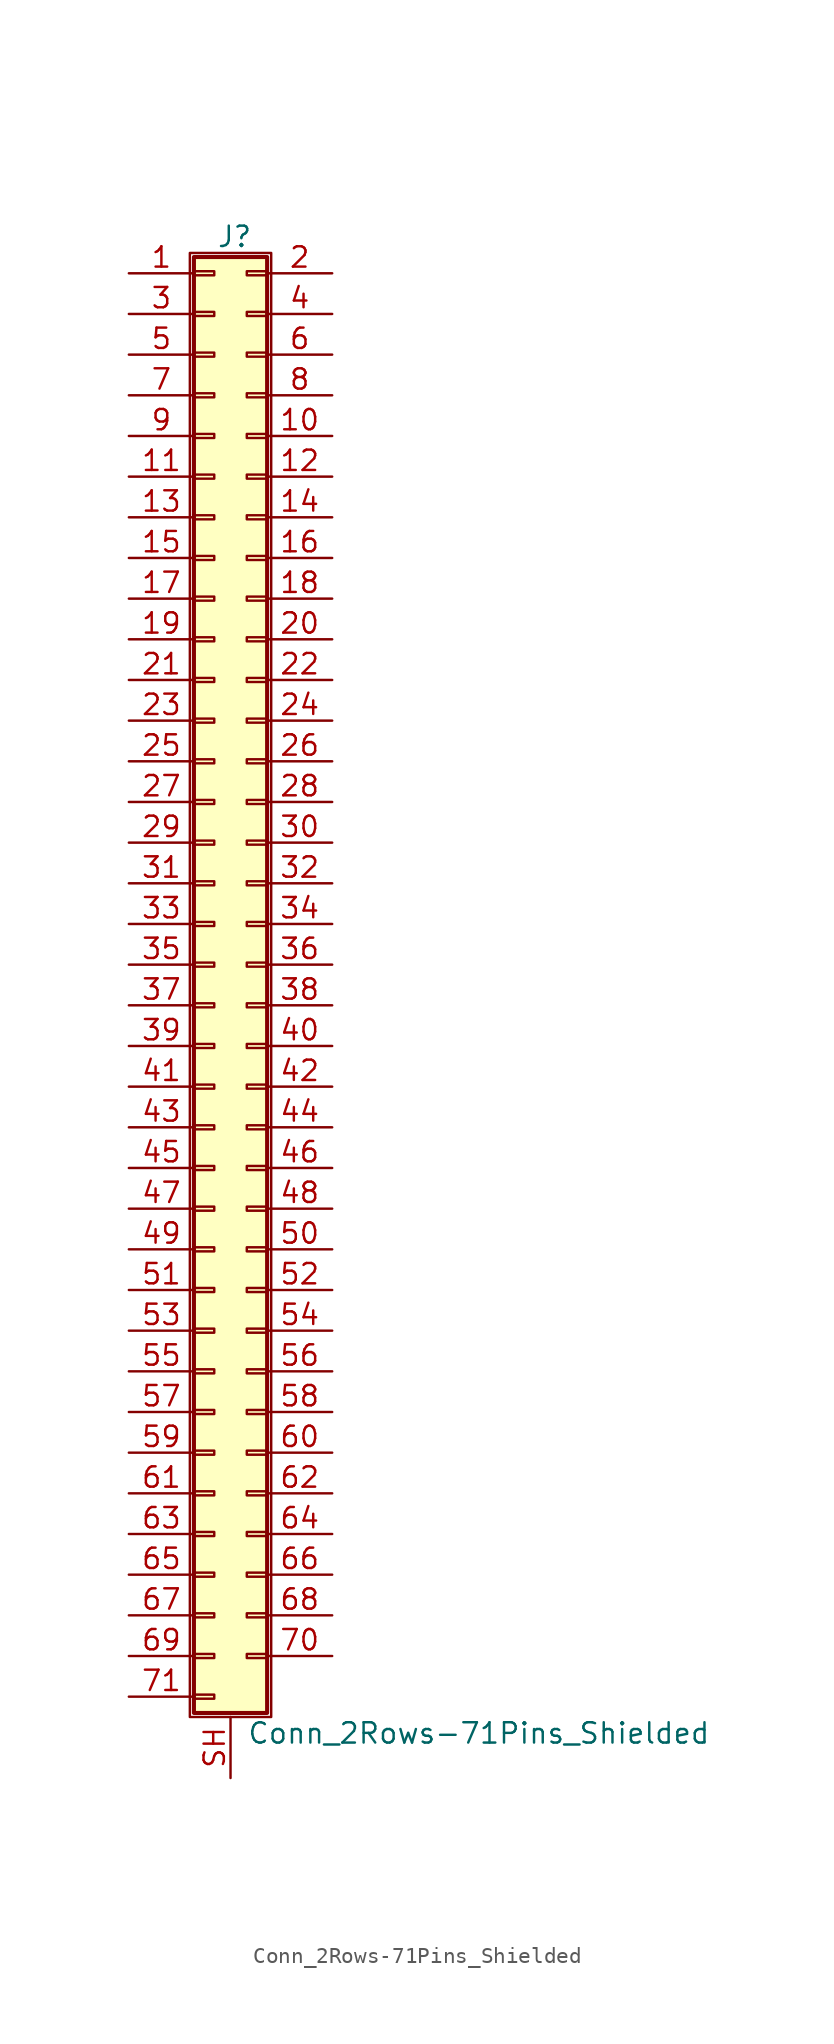
<source format=kicad_sym>
(kicad_symbol_lib
  (version 20201005)
  (generator kicad_symbol_editor)
  (symbol "Conn_2Rows-71Pins_Shielded"
    (pin_names
      (offset 1.016) hide)
    (property "Reference" "J"
      (at 1.524 45.466 0)
      (effects (font (size 1.27 1.27))))
    (property "Value" "Conn_2Rows-71Pins_Shielded"
      (at 2.286 -48.006 0)
      (effects (font (size 1.27 1.27)) (justify left)))
    (symbol "Conn_2Rows-71Pins_Shielded_1_1"
      (rectangle (start -1.27 44.45) (end 3.81 -46.99) (stroke (width 0.152)) (fill (type none)))
      (rectangle (start -1.016 -45.593) (end 0.254 -45.847) (stroke (width 0.152)) (fill (type none)))
      (rectangle (start -1.016 -43.053) (end 0.254 -43.307) (stroke (width 0.152)) (fill (type none)))
      (rectangle (start -1.016 -40.513) (end 0.254 -40.767) (stroke (width 0.152)) (fill (type none)))
      (rectangle (start -1.016 -37.973) (end 0.254 -38.227) (stroke (width 0.152)) (fill (type none)))
      (rectangle (start -1.016 -35.433) (end 0.254 -35.687) (stroke (width 0.152)) (fill (type none)))
      (rectangle (start -1.016 -32.893) (end 0.254 -33.147) (stroke (width 0.152)) (fill (type none)))
      (rectangle (start -1.016 -30.353) (end 0.254 -30.607) (stroke (width 0.152)) (fill (type none)))
      (rectangle (start -1.016 -27.813) (end 0.254 -28.067) (stroke (width 0.152)) (fill (type none)))
      (rectangle (start -1.016 -25.273) (end 0.254 -25.527) (stroke (width 0.152)) (fill (type none)))
      (rectangle (start -1.016 -22.733) (end 0.254 -22.987) (stroke (width 0.152)) (fill (type none)))
      (rectangle (start -1.016 -20.193) (end 0.254 -20.447) (stroke (width 0.152)) (fill (type none)))
      (rectangle (start -1.016 -17.653) (end 0.254 -17.907) (stroke (width 0.152)) (fill (type none)))
      (rectangle (start -1.016 -15.113) (end 0.254 -15.367) (stroke (width 0.152)) (fill (type none)))
      (rectangle (start -1.016 -12.573) (end 0.254 -12.827) (stroke (width 0.152)) (fill (type none)))
      (rectangle (start -1.016 -10.033) (end 0.254 -10.287) (stroke (width 0.152)) (fill (type none)))
      (rectangle (start -1.016 -7.493) (end 0.254 -7.747) (stroke (width 0.152)) (fill (type none)))
      (rectangle (start -1.016 -4.953) (end 0.254 -5.207) (stroke (width 0.152)) (fill (type none)))
      (rectangle (start -1.016 -2.413) (end 0.254 -2.667) (stroke (width 0.152)) (fill (type none)))
      (rectangle (start -1.016 0.127) (end 0.254 -0.127) (stroke (width 0.152)) (fill (type none)))
      (rectangle (start -1.016 2.667) (end 0.254 2.413) (stroke (width 0.152)) (fill (type none)))
      (rectangle (start -1.016 5.207) (end 0.254 4.953) (stroke (width 0.152)) (fill (type none)))
      (rectangle (start -1.016 7.747) (end 0.254 7.493) (stroke (width 0.152)) (fill (type none)))
      (rectangle (start -1.016 10.287) (end 0.254 10.033) (stroke (width 0.152)) (fill (type none)))
      (rectangle (start -1.016 12.827) (end 0.254 12.573) (stroke (width 0.152)) (fill (type none)))
      (rectangle (start -1.016 15.367) (end 0.254 15.113) (stroke (width 0.152)) (fill (type none)))
      (rectangle (start -1.016 17.907) (end 0.254 17.653) (stroke (width 0.152)) (fill (type none)))
      (rectangle (start -1.016 20.447) (end 0.254 20.193) (stroke (width 0.152)) (fill (type none)))
      (rectangle (start -1.016 22.987) (end 0.254 22.733) (stroke (width 0.152)) (fill (type none)))
      (rectangle (start -1.016 25.527) (end 0.254 25.273) (stroke (width 0.152)) (fill (type none)))
      (rectangle (start -1.016 28.067) (end 0.254 27.813) (stroke (width 0.152)) (fill (type none)))
      (rectangle (start -1.016 30.607) (end 0.254 30.353) (stroke (width 0.152)) (fill (type none)))
      (rectangle (start -1.016 33.147) (end 0.254 32.893) (stroke (width 0.152)) (fill (type none)))
      (rectangle (start -1.016 35.687) (end 0.254 35.433) (stroke (width 0.152)) (fill (type none)))
      (rectangle (start -1.016 38.227) (end 0.254 37.973) (stroke (width 0.152)) (fill (type none)))
      (rectangle (start -1.016 40.767) (end 0.254 40.513) (stroke (width 0.152)) (fill (type none)))
      (rectangle (start -1.016 43.307) (end 0.254 43.053) (stroke (width 0.152)) (fill (type none)))
      (rectangle (start 3.556 -43.053) (end 2.286 -43.307) (stroke (width 0.152)) (fill (type none)))
      (rectangle (start 3.556 -40.513) (end 2.286 -40.767) (stroke (width 0.152)) (fill (type none)))
      (rectangle (start 3.556 -37.973) (end 2.286 -38.227) (stroke (width 0.152)) (fill (type none)))
      (rectangle (start 3.556 -35.433) (end 2.286 -35.687) (stroke (width 0.152)) (fill (type none)))
      (rectangle (start 3.556 -32.893) (end 2.286 -33.147) (stroke (width 0.152)) (fill (type none)))
      (rectangle (start 3.556 -30.353) (end 2.286 -30.607) (stroke (width 0.152)) (fill (type none)))
      (rectangle (start 3.556 -27.813) (end 2.286 -28.067) (stroke (width 0.152)) (fill (type none)))
      (rectangle (start 3.556 -25.273) (end 2.286 -25.527) (stroke (width 0.152)) (fill (type none)))
      (rectangle (start 3.556 -22.733) (end 2.286 -22.987) (stroke (width 0.152)) (fill (type none)))
      (rectangle (start 3.556 -20.193) (end 2.286 -20.447) (stroke (width 0.152)) (fill (type none)))
      (rectangle (start 3.556 -17.653) (end 2.286 -17.907) (stroke (width 0.152)) (fill (type none)))
      (rectangle (start 3.556 -15.113) (end 2.286 -15.367) (stroke (width 0.152)) (fill (type none)))
      (rectangle (start 3.556 -12.573) (end 2.286 -12.827) (stroke (width 0.152)) (fill (type none)))
      (rectangle (start 3.556 -10.033) (end 2.286 -10.287) (stroke (width 0.152)) (fill (type none)))
      (rectangle (start 3.556 -7.493) (end 2.286 -7.747) (stroke (width 0.152)) (fill (type none)))
      (rectangle (start 3.556 -4.953) (end 2.286 -5.207) (stroke (width 0.152)) (fill (type none)))
      (rectangle (start 3.556 -2.413) (end 2.286 -2.667) (stroke (width 0.152)) (fill (type none)))
      (rectangle (start 3.556 0.127) (end 2.286 -0.127) (stroke (width 0.152)) (fill (type none)))
      (rectangle (start 3.556 2.667) (end 2.286 2.413) (stroke (width 0.152)) (fill (type none)))
      (rectangle (start 3.556 5.207) (end 2.286 4.953) (stroke (width 0.152)) (fill (type none)))
      (rectangle (start 3.556 7.747) (end 2.286 7.493) (stroke (width 0.152)) (fill (type none)))
      (rectangle (start 3.556 10.287) (end 2.286 10.033) (stroke (width 0.152)) (fill (type none)))
      (rectangle (start 3.556 12.827) (end 2.286 12.573) (stroke (width 0.152)) (fill (type none)))
      (rectangle (start 3.556 15.367) (end 2.286 15.113) (stroke (width 0.152)) (fill (type none)))
      (rectangle (start 3.556 17.907) (end 2.286 17.653) (stroke (width 0.152)) (fill (type none)))
      (rectangle (start 3.556 20.447) (end 2.286 20.193) (stroke (width 0.152)) (fill (type none)))
      (rectangle (start 3.556 22.987) (end 2.286 22.733) (stroke (width 0.152)) (fill (type none)))
      (rectangle (start 3.556 25.527) (end 2.286 25.273) (stroke (width 0.152)) (fill (type none)))
      (rectangle (start 3.556 28.067) (end 2.286 27.813) (stroke (width 0.152)) (fill (type none)))
      (rectangle (start 3.556 30.607) (end 2.286 30.353) (stroke (width 0.152)) (fill (type none)))
      (rectangle (start 3.556 33.147) (end 2.286 32.893) (stroke (width 0.152)) (fill (type none)))
      (rectangle (start 3.556 35.687) (end 2.286 35.433) (stroke (width 0.152)) (fill (type none)))
      (rectangle (start 3.556 38.227) (end 2.286 37.973) (stroke (width 0.152)) (fill (type none)))
      (rectangle (start 3.556 40.767) (end 2.286 40.513) (stroke (width 0.152)) (fill (type none)))
      (rectangle (start 3.556 43.307) (end 2.286 43.053) (stroke (width 0.152)) (fill (type none)))
      (rectangle (start -1.016 44.196) (end 3.556 -46.736) (stroke (width 0.254)) (fill (type background)))
      (pin passive line (at -5.08 43.18 0) (length 4.064) (name "Pin_1" (effects (font (size 1.27 1.27)))) (number "1" (effects (font (size 1.27 1.27)))))
      (pin passive line (at 7.62 33.02 180) (length 4.064) (name "Pin_10" (effects (font (size 1.27 1.27)))) (number "10" (effects (font (size 1.27 1.27)))))
      (pin passive line (at -5.08 30.48 0) (length 4.064) (name "Pin_11" (effects (font (size 1.27 1.27)))) (number "11" (effects (font (size 1.27 1.27)))))
      (pin passive line (at 7.62 30.48 180) (length 4.064) (name "Pin_12" (effects (font (size 1.27 1.27)))) (number "12" (effects (font (size 1.27 1.27)))))
      (pin passive line (at -5.08 27.94 0) (length 4.064) (name "Pin_13" (effects (font (size 1.27 1.27)))) (number "13" (effects (font (size 1.27 1.27)))))
      (pin passive line (at 7.62 27.94 180) (length 4.064) (name "Pin_14" (effects (font (size 1.27 1.27)))) (number "14" (effects (font (size 1.27 1.27)))))
      (pin passive line (at -5.08 25.4 0) (length 4.064) (name "Pin_15" (effects (font (size 1.27 1.27)))) (number "15" (effects (font (size 1.27 1.27)))))
      (pin passive line (at 7.62 25.4 180) (length 4.064) (name "Pin_16" (effects (font (size 1.27 1.27)))) (number "16" (effects (font (size 1.27 1.27)))))
      (pin passive line (at -5.08 22.86 0) (length 4.064) (name "Pin_17" (effects (font (size 1.27 1.27)))) (number "17" (effects (font (size 1.27 1.27)))))
      (pin passive line (at 7.62 22.86 180) (length 4.064) (name "Pin_18" (effects (font (size 1.27 1.27)))) (number "18" (effects (font (size 1.27 1.27)))))
      (pin passive line (at -5.08 20.32 0) (length 4.064) (name "Pin_19" (effects (font (size 1.27 1.27)))) (number "19" (effects (font (size 1.27 1.27)))))
      (pin passive line (at 7.62 43.18 180) (length 4.064) (name "Pin_2" (effects (font (size 1.27 1.27)))) (number "2" (effects (font (size 1.27 1.27)))))
      (pin passive line (at 7.62 20.32 180) (length 4.064) (name "Pin_20" (effects (font (size 1.27 1.27)))) (number "20" (effects (font (size 1.27 1.27)))))
      (pin passive line (at -5.08 17.78 0) (length 4.064) (name "Pin_21" (effects (font (size 1.27 1.27)))) (number "21" (effects (font (size 1.27 1.27)))))
      (pin passive line (at 7.62 17.78 180) (length 4.064) (name "Pin_22" (effects (font (size 1.27 1.27)))) (number "22" (effects (font (size 1.27 1.27)))))
      (pin passive line (at -5.08 15.24 0) (length 4.064) (name "Pin_23" (effects (font (size 1.27 1.27)))) (number "23" (effects (font (size 1.27 1.27)))))
      (pin passive line (at 7.62 15.24 180) (length 4.064) (name "Pin_24" (effects (font (size 1.27 1.27)))) (number "24" (effects (font (size 1.27 1.27)))))
      (pin passive line (at -5.08 12.7 0) (length 4.064) (name "Pin_25" (effects (font (size 1.27 1.27)))) (number "25" (effects (font (size 1.27 1.27)))))
      (pin passive line (at 7.62 12.7 180) (length 4.064) (name "Pin_26" (effects (font (size 1.27 1.27)))) (number "26" (effects (font (size 1.27 1.27)))))
      (pin passive line (at -5.08 10.16 0) (length 4.064) (name "Pin_27" (effects (font (size 1.27 1.27)))) (number "27" (effects (font (size 1.27 1.27)))))
      (pin passive line (at 7.62 10.16 180) (length 4.064) (name "Pin_28" (effects (font (size 1.27 1.27)))) (number "28" (effects (font (size 1.27 1.27)))))
      (pin passive line (at -5.08 7.62 0) (length 4.064) (name "Pin_29" (effects (font (size 1.27 1.27)))) (number "29" (effects (font (size 1.27 1.27)))))
      (pin passive line (at -5.08 40.64 0) (length 4.064) (name "Pin_3" (effects (font (size 1.27 1.27)))) (number "3" (effects (font (size 1.27 1.27)))))
      (pin passive line (at 7.62 7.62 180) (length 4.064) (name "Pin_30" (effects (font (size 1.27 1.27)))) (number "30" (effects (font (size 1.27 1.27)))))
      (pin passive line (at -5.08 5.08 0) (length 4.064) (name "Pin_31" (effects (font (size 1.27 1.27)))) (number "31" (effects (font (size 1.27 1.27)))))
      (pin passive line (at 7.62 5.08 180) (length 4.064) (name "Pin_32" (effects (font (size 1.27 1.27)))) (number "32" (effects (font (size 1.27 1.27)))))
      (pin passive line (at -5.08 2.54 0) (length 4.064) (name "Pin_33" (effects (font (size 1.27 1.27)))) (number "33" (effects (font (size 1.27 1.27)))))
      (pin passive line (at 7.62 2.54 180) (length 4.064) (name "Pin_34" (effects (font (size 1.27 1.27)))) (number "34" (effects (font (size 1.27 1.27)))))
      (pin passive line (at -5.08 0 0) (length 4.064) (name "Pin_35" (effects (font (size 1.27 1.27)))) (number "35" (effects (font (size 1.27 1.27)))))
      (pin passive line (at 7.62 0 180) (length 4.064) (name "Pin_36" (effects (font (size 1.27 1.27)))) (number "36" (effects (font (size 1.27 1.27)))))
      (pin passive line (at -5.08 -2.54 0) (length 4.064) (name "Pin_37" (effects (font (size 1.27 1.27)))) (number "37" (effects (font (size 1.27 1.27)))))
      (pin passive line (at 7.62 -2.54 180) (length 4.064) (name "Pin_38" (effects (font (size 1.27 1.27)))) (number "38" (effects (font (size 1.27 1.27)))))
      (pin passive line (at -5.08 -5.08 0) (length 4.064) (name "Pin_39" (effects (font (size 1.27 1.27)))) (number "39" (effects (font (size 1.27 1.27)))))
      (pin passive line (at 7.62 40.64 180) (length 4.064) (name "Pin_4" (effects (font (size 1.27 1.27)))) (number "4" (effects (font (size 1.27 1.27)))))
      (pin passive line (at 7.62 -5.08 180) (length 4.064) (name "Pin_40" (effects (font (size 1.27 1.27)))) (number "40" (effects (font (size 1.27 1.27)))))
      (pin passive line (at -5.08 -7.62 0) (length 4.064) (name "Pin_41" (effects (font (size 1.27 1.27)))) (number "41" (effects (font (size 1.27 1.27)))))
      (pin passive line (at 7.62 -7.62 180) (length 4.064) (name "Pin_42" (effects (font (size 1.27 1.27)))) (number "42" (effects (font (size 1.27 1.27)))))
      (pin passive line (at -5.08 -10.16 0) (length 4.064) (name "Pin_43" (effects (font (size 1.27 1.27)))) (number "43" (effects (font (size 1.27 1.27)))))
      (pin passive line (at 7.62 -10.16 180) (length 4.064) (name "Pin_44" (effects (font (size 1.27 1.27)))) (number "44" (effects (font (size 1.27 1.27)))))
      (pin passive line (at -5.08 -12.7 0) (length 4.064) (name "Pin_45" (effects (font (size 1.27 1.27)))) (number "45" (effects (font (size 1.27 1.27)))))
      (pin passive line (at 7.62 -12.7 180) (length 4.064) (name "Pin_46" (effects (font (size 1.27 1.27)))) (number "46" (effects (font (size 1.27 1.27)))))
      (pin passive line (at -5.08 -15.24 0) (length 4.064) (name "Pin_47" (effects (font (size 1.27 1.27)))) (number "47" (effects (font (size 1.27 1.27)))))
      (pin passive line (at 7.62 -15.24 180) (length 4.064) (name "Pin_48" (effects (font (size 1.27 1.27)))) (number "48" (effects (font (size 1.27 1.27)))))
      (pin passive line (at -5.08 -17.78 0) (length 4.064) (name "Pin_49" (effects (font (size 1.27 1.27)))) (number "49" (effects (font (size 1.27 1.27)))))
      (pin passive line (at -5.08 38.1 0) (length 4.064) (name "Pin_5" (effects (font (size 1.27 1.27)))) (number "5" (effects (font (size 1.27 1.27)))))
      (pin passive line (at 7.62 -17.78 180) (length 4.064) (name "Pin_50" (effects (font (size 1.27 1.27)))) (number "50" (effects (font (size 1.27 1.27)))))
      (pin passive line (at -5.08 -20.32 0) (length 4.064) (name "Pin_51" (effects (font (size 1.27 1.27)))) (number "51" (effects (font (size 1.27 1.27)))))
      (pin passive line (at 7.62 -20.32 180) (length 4.064) (name "Pin_52" (effects (font (size 1.27 1.27)))) (number "52" (effects (font (size 1.27 1.27)))))
      (pin passive line (at -5.08 -22.86 0) (length 4.064) (name "Pin_53" (effects (font (size 1.27 1.27)))) (number "53" (effects (font (size 1.27 1.27)))))
      (pin passive line (at 7.62 -22.86 180) (length 4.064) (name "Pin_54" (effects (font (size 1.27 1.27)))) (number "54" (effects (font (size 1.27 1.27)))))
      (pin passive line (at -5.08 -25.4 0) (length 4.064) (name "Pin_55" (effects (font (size 1.27 1.27)))) (number "55" (effects (font (size 1.27 1.27)))))
      (pin passive line (at 7.62 -25.4 180) (length 4.064) (name "Pin_56" (effects (font (size 1.27 1.27)))) (number "56" (effects (font (size 1.27 1.27)))))
      (pin passive line (at -5.08 -27.94 0) (length 4.064) (name "Pin_57" (effects (font (size 1.27 1.27)))) (number "57" (effects (font (size 1.27 1.27)))))
      (pin passive line (at 7.62 -27.94 180) (length 4.064) (name "Pin_58" (effects (font (size 1.27 1.27)))) (number "58" (effects (font (size 1.27 1.27)))))
      (pin passive line (at -5.08 -30.48 0) (length 4.064) (name "Pin_59" (effects (font (size 1.27 1.27)))) (number "59" (effects (font (size 1.27 1.27)))))
      (pin passive line (at 7.62 38.1 180) (length 4.064) (name "Pin_6" (effects (font (size 1.27 1.27)))) (number "6" (effects (font (size 1.27 1.27)))))
      (pin passive line (at 7.62 -30.48 180) (length 4.064) (name "Pin_60" (effects (font (size 1.27 1.27)))) (number "60" (effects (font (size 1.27 1.27)))))
      (pin passive line (at -5.08 -33.02 0) (length 4.064) (name "Pin_61" (effects (font (size 1.27 1.27)))) (number "61" (effects (font (size 1.27 1.27)))))
      (pin passive line (at 7.62 -33.02 180) (length 4.064) (name "Pin_62" (effects (font (size 1.27 1.27)))) (number "62" (effects (font (size 1.27 1.27)))))
      (pin passive line (at -5.08 -35.56 0) (length 4.064) (name "Pin_63" (effects (font (size 1.27 1.27)))) (number "63" (effects (font (size 1.27 1.27)))))
      (pin passive line (at 7.62 -35.56 180) (length 4.064) (name "Pin_64" (effects (font (size 1.27 1.27)))) (number "64" (effects (font (size 1.27 1.27)))))
      (pin passive line (at -5.08 -38.1 0) (length 4.064) (name "Pin_65" (effects (font (size 1.27 1.27)))) (number "65" (effects (font (size 1.27 1.27)))))
      (pin passive line (at 7.62 -38.1 180) (length 4.064) (name "Pin_66" (effects (font (size 1.27 1.27)))) (number "66" (effects (font (size 1.27 1.27)))))
      (pin passive line (at -5.08 -40.64 0) (length 4.064) (name "Pin_67" (effects (font (size 1.27 1.27)))) (number "67" (effects (font (size 1.27 1.27)))))
      (pin passive line (at 7.62 -40.64 180) (length 4.064) (name "Pin_68" (effects (font (size 1.27 1.27)))) (number "68" (effects (font (size 1.27 1.27)))))
      (pin passive line (at -5.08 -43.18 0) (length 4.064) (name "Pin_69" (effects (font (size 1.27 1.27)))) (number "69" (effects (font (size 1.27 1.27)))))
      (pin passive line (at -5.08 35.56 0) (length 4.064) (name "Pin_7" (effects (font (size 1.27 1.27)))) (number "7" (effects (font (size 1.27 1.27)))))
      (pin passive line (at 7.62 -43.18 180) (length 4.064) (name "Pin_70" (effects (font (size 1.27 1.27)))) (number "70" (effects (font (size 1.27 1.27)))))
      (pin passive line (at -5.08 -45.72 0) (length 4.064) (name "Pin_71" (effects (font (size 1.27 1.27)))) (number "71" (effects (font (size 1.27 1.27)))))
      (pin passive line (at 7.62 35.56 180) (length 4.064) (name "Pin_8" (effects (font (size 1.27 1.27)))) (number "8" (effects (font (size 1.27 1.27)))))
      (pin passive line (at -5.08 33.02 0) (length 4.064) (name "Pin_9" (effects (font (size 1.27 1.27)))) (number "9" (effects (font (size 1.27 1.27)))))
      (pin passive line (at 1.27 -50.8 90) (length 3.81) (name "Shield" (effects (font (size 1.27 1.27)))) (number "SH" (effects (font (size 1.27 1.27))))))))
</source>
